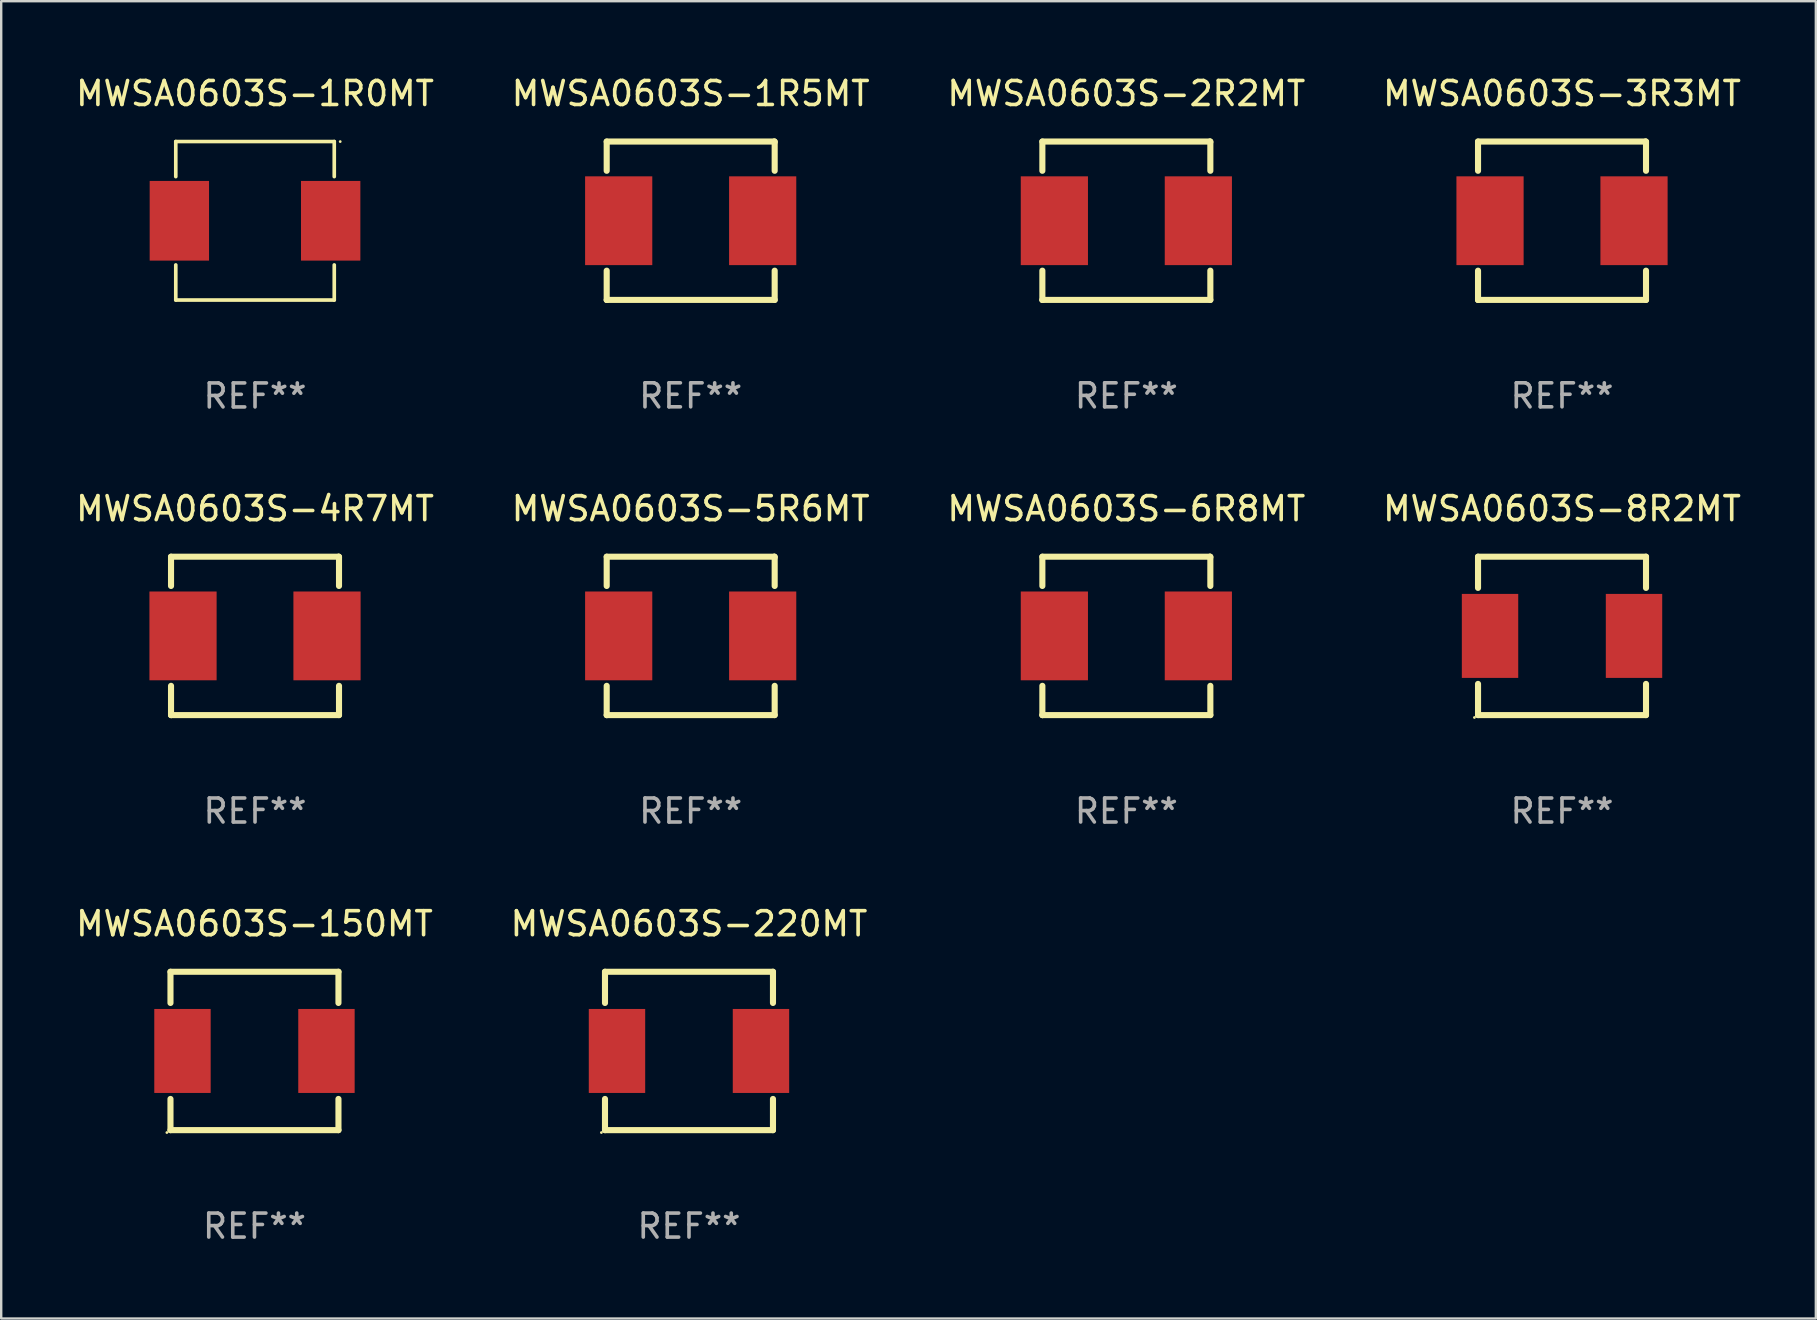
<source format=kicad_pcb>
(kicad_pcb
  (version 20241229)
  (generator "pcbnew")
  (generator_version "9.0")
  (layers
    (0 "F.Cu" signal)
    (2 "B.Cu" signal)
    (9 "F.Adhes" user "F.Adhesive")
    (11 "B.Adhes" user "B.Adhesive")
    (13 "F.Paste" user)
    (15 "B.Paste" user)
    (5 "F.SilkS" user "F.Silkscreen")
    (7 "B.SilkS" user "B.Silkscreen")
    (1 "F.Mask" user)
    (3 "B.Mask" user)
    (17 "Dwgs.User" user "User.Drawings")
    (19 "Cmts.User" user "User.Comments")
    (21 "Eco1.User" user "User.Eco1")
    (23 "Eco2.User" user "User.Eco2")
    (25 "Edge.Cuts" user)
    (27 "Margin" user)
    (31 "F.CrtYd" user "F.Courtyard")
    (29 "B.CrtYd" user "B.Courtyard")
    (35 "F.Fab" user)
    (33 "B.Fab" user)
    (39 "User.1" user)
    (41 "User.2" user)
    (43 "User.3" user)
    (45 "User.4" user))
  (footprint "MWSA0603S-1R0MT"
    (layer "F.Cu")
    (at 7.577 6.15)
    (property "Reference" "MWSA0603S-1R0MT" (at 0 -5.302 0) (layer "F.SilkS") (effects (font (size 1 1) (thickness 0.15))))
    (attr through_hole)
    (fp_line (start -3.302 -3.302) (end -3.302 -1.84) (stroke (width 0.152) (type solid)) (layer "F.SilkS"))
    (fp_line (start -3.302 1.84) (end -3.302 3.302) (stroke (width 0.152) (type solid)) (layer "F.SilkS"))
    (fp_line (start -3.302 3.302) (end 3.302 3.302) (stroke (width 0.152) (type solid)) (layer "F.SilkS"))
    (fp_line (start 3.302 -3.302) (end -3.302 -3.302) (stroke (width 0.152) (type solid)) (layer "F.SilkS"))
    (fp_line (start 3.302 -1.84) (end 3.302 -3.302) (stroke (width 0.152) (type solid)) (layer "F.SilkS"))
    (fp_line (start 3.302 3.302) (end 3.302 1.84) (stroke (width 0.152) (type solid)) (layer "F.SilkS"))
    (fp_circle (center 3.55 -3.3) (end 3.58 -3.3) (stroke (width 0.06) (type solid)) (fill no) (layer "F.SilkS"))
    (fp_text user "REF**" (at 0 7.302 0) (layer "F.Fab") (effects (font (size 1 1) (thickness 0.15))))
    (pad "1" smd rect (at 3.153 0) (size 2.474 3.32) (layers "F.Cu" "F.Mask" "F.Paste"))
    (pad "2" smd rect (at -3.153 0) (size 2.474 3.32) (layers "F.Cu" "F.Mask" "F.Paste")))
  (footprint "MWSA0603S-4R7MT"
    (layer "F.Cu")
    (at 7.577 23.449)
    (property "Reference" "MWSA0603S-4R7MT" (at 0 -5.3 0) (layer "F.SilkS") (effects (font (size 1 1) (thickness 0.15))))
    (attr through_hole)
    (fp_line (start -3.5 -3.3) (end 3.48 -3.3) (stroke (width 0.254) (type solid)) (layer "F.SilkS"))
    (fp_line (start -3.5 -2.081) (end -3.5 -3.3) (stroke (width 0.254) (type solid)) (layer "F.SilkS"))
    (fp_line (start -3.5 3.3) (end -3.5 2.081) (stroke (width 0.254) (type solid)) (layer "F.SilkS"))
    (fp_line (start -3.49 3.3) (end -3.5 3.3) (stroke (width 0.254) (type solid)) (layer "F.SilkS"))
    (fp_line (start 3.48 -3.3) (end 3.5 -3.28) (stroke (width 0.254) (type solid)) (layer "F.SilkS"))
    (fp_line (start 3.5 -3.3) (end 3.5 -2.081) (stroke (width 0.254) (type solid)) (layer "F.SilkS"))
    (fp_line (start 3.5 2.081) (end 3.5 3.3) (stroke (width 0.254) (type solid)) (layer "F.SilkS"))
    (fp_line (start 3.5 3.3) (end -3.49 3.3) (stroke (width 0.254) (type solid)) (layer "F.SilkS"))
    (fp_circle (center -3.5 3.3) (end -3.47 3.3) (stroke (width 0.06) (type solid)) (fill no) (layer "F.SilkS"))
    (fp_text user "REF**" (at 0 7.3 0) (layer "F.Fab") (effects (font (size 1 1) (thickness 0.15))))
    (pad "1" smd rect (at -3 0) (size 2.8 3.7) (layers "F.Cu" "F.Mask" "F.Paste"))
    (pad "2" smd rect (at 3 0) (size 2.8 3.7) (layers "F.Cu" "F.Mask" "F.Paste")))
  (footprint "MWSA0603S-150MT"
    (layer "F.Cu")
    (at 7.554 40.745)
    (property "Reference" "MWSA0603S-150MT" (at 0 -5.3 0) (layer "F.SilkS") (effects (font (size 1 1) (thickness 0.15))))
    (attr through_hole)
    (fp_line (start -3.5 3.3) (end 3.5 3.3) (stroke (width 0.254) (type solid)) (layer "F.SilkS"))
    (fp_line (start -3.5 -3.3) (end -3.5 -2) (stroke (width 0.254) (type solid)) (layer "F.SilkS"))
    (fp_line (start -3.5 -3.3) (end 3.5 -3.3) (stroke (width 0.254) (type solid)) (layer "F.SilkS"))
    (fp_line (start -3.5 2) (end -3.5 3.3) (stroke (width 0.254) (type solid)) (layer "F.SilkS"))
    (fp_line (start 3.5 -3.3) (end 3.5 -2) (stroke (width 0.254) (type solid)) (layer "F.SilkS"))
    (fp_line (start 3.5 2) (end 3.5 3.3) (stroke (width 0.254) (type solid)) (layer "F.SilkS"))
    (fp_circle (center -3.65 3.4) (end -3.62 3.4) (stroke (width 0.06) (type solid)) (fill no) (layer "F.SilkS"))
    (fp_text user "REF**" (at 0 7.3 0) (layer "F.Fab") (effects (font (size 1 1) (thickness 0.15))))
    (pad "1" smd rect (at -3 0) (size 2.35 3.5) (layers "F.Cu" "F.Mask" "F.Paste"))
    (pad "2" smd rect (at 3 0) (size 2.35 3.5) (layers "F.Cu" "F.Mask" "F.Paste")))
  (footprint "MWSA0603S-2R2MT"
    (layer "F.Cu")
    (at 43.887 6.148)
    (property "Reference" "MWSA0603S-2R2MT" (at 0 -5.3 0) (layer "F.SilkS") (effects (font (size 1 1) (thickness 0.15))))
    (attr through_hole)
    (fp_line (start -3.5 -3.3) (end 3.48 -3.3) (stroke (width 0.254) (type solid)) (layer "F.SilkS"))
    (fp_line (start -3.5 -2.081) (end -3.5 -3.3) (stroke (width 0.254) (type solid)) (layer "F.SilkS"))
    (fp_line (start -3.5 3.3) (end -3.5 2.081) (stroke (width 0.254) (type solid)) (layer "F.SilkS"))
    (fp_line (start -3.49 3.3) (end -3.5 3.3) (stroke (width 0.254) (type solid)) (layer "F.SilkS"))
    (fp_line (start 3.48 -3.3) (end 3.5 -3.28) (stroke (width 0.254) (type solid)) (layer "F.SilkS"))
    (fp_line (start 3.5 -3.3) (end 3.5 -2.081) (stroke (width 0.254) (type solid)) (layer "F.SilkS"))
    (fp_line (start 3.5 2.081) (end 3.5 3.3) (stroke (width 0.254) (type solid)) (layer "F.SilkS"))
    (fp_line (start 3.5 3.3) (end -3.49 3.3) (stroke (width 0.254) (type solid)) (layer "F.SilkS"))
    (fp_circle (center -3.5 3.3) (end -3.47 3.3) (stroke (width 0.06) (type solid)) (fill no) (layer "F.SilkS"))
    (fp_text user "REF**" (at 0 7.3 0) (layer "F.Fab") (effects (font (size 1 1) (thickness 0.15))))
    (pad "1" smd rect (at -3 0) (size 2.8 3.7) (layers "F.Cu" "F.Mask" "F.Paste"))
    (pad "2" smd rect (at 3 0) (size 2.8 3.7) (layers "F.Cu" "F.Mask" "F.Paste")))
  (footprint "MWSA0603S-5R6MT"
    (layer "F.Cu")
    (at 25.732 23.449)
    (property "Reference" "MWSA0603S-5R6MT" (at 0 -5.3 0) (layer "F.SilkS") (effects (font (size 1 1) (thickness 0.15))))
    (attr through_hole)
    (fp_line (start -3.5 -3.3) (end 3.48 -3.3) (stroke (width 0.254) (type solid)) (layer "F.SilkS"))
    (fp_line (start -3.5 -2.081) (end -3.5 -3.3) (stroke (width 0.254) (type solid)) (layer "F.SilkS"))
    (fp_line (start -3.5 3.3) (end -3.5 2.081) (stroke (width 0.254) (type solid)) (layer "F.SilkS"))
    (fp_line (start -3.49 3.3) (end -3.5 3.3) (stroke (width 0.254) (type solid)) (layer "F.SilkS"))
    (fp_line (start 3.48 -3.3) (end 3.5 -3.28) (stroke (width 0.254) (type solid)) (layer "F.SilkS"))
    (fp_line (start 3.5 -3.3) (end 3.5 -2.081) (stroke (width 0.254) (type solid)) (layer "F.SilkS"))
    (fp_line (start 3.5 2.081) (end 3.5 3.3) (stroke (width 0.254) (type solid)) (layer "F.SilkS"))
    (fp_line (start 3.5 3.3) (end -3.49 3.3) (stroke (width 0.254) (type solid)) (layer "F.SilkS"))
    (fp_circle (center -3.5 3.3) (end -3.47 3.3) (stroke (width 0.06) (type solid)) (fill no) (layer "F.SilkS"))
    (fp_text user "REF**" (at 0 7.3 0) (layer "F.Fab") (effects (font (size 1 1) (thickness 0.15))))
    (pad "1" smd rect (at -3 0) (size 2.8 3.7) (layers "F.Cu" "F.Mask" "F.Paste"))
    (pad "2" smd rect (at 3 0) (size 2.8 3.7) (layers "F.Cu" "F.Mask" "F.Paste")))
  (footprint "MWSA0603S-220MT"
    (layer "F.Cu")
    (at 25.661 40.745)
    (property "Reference" "MWSA0603S-220MT" (at 0 -5.3 0) (layer "F.SilkS") (effects (font (size 1 1) (thickness 0.15))))
    (attr through_hole)
    (fp_line (start -3.5 3.3) (end 3.5 3.3) (stroke (width 0.254) (type solid)) (layer "F.SilkS"))
    (fp_line (start -3.5 -3.3) (end -3.5 -2) (stroke (width 0.254) (type solid)) (layer "F.SilkS"))
    (fp_line (start -3.5 -3.3) (end 3.5 -3.3) (stroke (width 0.254) (type solid)) (layer "F.SilkS"))
    (fp_line (start -3.5 2) (end -3.5 3.3) (stroke (width 0.254) (type solid)) (layer "F.SilkS"))
    (fp_line (start 3.5 -3.3) (end 3.5 -2) (stroke (width 0.254) (type solid)) (layer "F.SilkS"))
    (fp_line (start 3.5 2) (end 3.5 3.3) (stroke (width 0.254) (type solid)) (layer "F.SilkS"))
    (fp_circle (center -3.65 3.4) (end -3.62 3.4) (stroke (width 0.06) (type solid)) (fill no) (layer "F.SilkS"))
    (fp_text user "REF**" (at 0 7.3 0) (layer "F.Fab") (effects (font (size 1 1) (thickness 0.15))))
    (pad "1" smd rect (at -3 0) (size 2.35 3.5) (layers "F.Cu" "F.Mask" "F.Paste"))
    (pad "2" smd rect (at 3 0) (size 2.35 3.5) (layers "F.Cu" "F.Mask" "F.Paste")))
  (footprint "MWSA0603S-6R8MT"
    (layer "F.Cu")
    (at 43.887 23.449)
    (property "Reference" "MWSA0603S-6R8MT" (at 0 -5.3 0) (layer "F.SilkS") (effects (font (size 1 1) (thickness 0.15))))
    (attr through_hole)
    (fp_line (start -3.5 -3.3) (end 3.48 -3.3) (stroke (width 0.254) (type solid)) (layer "F.SilkS"))
    (fp_line (start -3.5 -2.081) (end -3.5 -3.3) (stroke (width 0.254) (type solid)) (layer "F.SilkS"))
    (fp_line (start -3.5 3.3) (end -3.5 2.081) (stroke (width 0.254) (type solid)) (layer "F.SilkS"))
    (fp_line (start -3.49 3.3) (end -3.5 3.3) (stroke (width 0.254) (type solid)) (layer "F.SilkS"))
    (fp_line (start 3.48 -3.3) (end 3.5 -3.28) (stroke (width 0.254) (type solid)) (layer "F.SilkS"))
    (fp_line (start 3.5 -3.3) (end 3.5 -2.081) (stroke (width 0.254) (type solid)) (layer "F.SilkS"))
    (fp_line (start 3.5 2.081) (end 3.5 3.3) (stroke (width 0.254) (type solid)) (layer "F.SilkS"))
    (fp_line (start 3.5 3.3) (end -3.49 3.3) (stroke (width 0.254) (type solid)) (layer "F.SilkS"))
    (fp_circle (center -3.5 3.3) (end -3.47 3.3) (stroke (width 0.06) (type solid)) (fill no) (layer "F.SilkS"))
    (fp_text user "REF**" (at 0 7.3 0) (layer "F.Fab") (effects (font (size 1 1) (thickness 0.15))))
    (pad "1" smd rect (at -3 0) (size 2.8 3.7) (layers "F.Cu" "F.Mask" "F.Paste"))
    (pad "2" smd rect (at 3 0) (size 2.8 3.7) (layers "F.Cu" "F.Mask" "F.Paste")))
  (footprint "MWSA0603S-3R3MT"
    (layer "F.Cu")
    (at 62.042 6.148)
    (property "Reference" "MWSA0603S-3R3MT" (at 0 -5.3 0) (layer "F.SilkS") (effects (font (size 1 1) (thickness 0.15))))
    (attr through_hole)
    (fp_line (start -3.5 -3.3) (end 3.48 -3.3) (stroke (width 0.254) (type solid)) (layer "F.SilkS"))
    (fp_line (start -3.5 -2.081) (end -3.5 -3.3) (stroke (width 0.254) (type solid)) (layer "F.SilkS"))
    (fp_line (start -3.5 3.3) (end -3.5 2.081) (stroke (width 0.254) (type solid)) (layer "F.SilkS"))
    (fp_line (start -3.49 3.3) (end -3.5 3.3) (stroke (width 0.254) (type solid)) (layer "F.SilkS"))
    (fp_line (start 3.48 -3.3) (end 3.5 -3.28) (stroke (width 0.254) (type solid)) (layer "F.SilkS"))
    (fp_line (start 3.5 -3.3) (end 3.5 -2.081) (stroke (width 0.254) (type solid)) (layer "F.SilkS"))
    (fp_line (start 3.5 2.081) (end 3.5 3.3) (stroke (width 0.254) (type solid)) (layer "F.SilkS"))
    (fp_line (start 3.5 3.3) (end -3.49 3.3) (stroke (width 0.254) (type solid)) (layer "F.SilkS"))
    (fp_circle (center -3.5 3.3) (end -3.47 3.3) (stroke (width 0.06) (type solid)) (fill no) (layer "F.SilkS"))
    (fp_text user "REF**" (at 0 7.3 0) (layer "F.Fab") (effects (font (size 1 1) (thickness 0.15))))
    (pad "1" smd rect (at -3 0) (size 2.8 3.7) (layers "F.Cu" "F.Mask" "F.Paste"))
    (pad "2" smd rect (at 3 0) (size 2.8 3.7) (layers "F.Cu" "F.Mask" "F.Paste")))
  (footprint "MWSA0603S-8R2MT"
    (layer "F.Cu")
    (at 62.042 23.449)
    (property "Reference" "MWSA0603S-8R2MT" (at 0 -5.3 0) (layer "F.SilkS") (effects (font (size 1 1) (thickness 0.15))))
    (attr through_hole)
    (fp_line (start -3.5 3.3) (end 3.5 3.3) (stroke (width 0.254) (type solid)) (layer "F.SilkS"))
    (fp_line (start -3.5 -3.3) (end -3.5 -2) (stroke (width 0.254) (type solid)) (layer "F.SilkS"))
    (fp_line (start -3.5 -3.3) (end 3.5 -3.3) (stroke (width 0.254) (type solid)) (layer "F.SilkS"))
    (fp_line (start -3.5 2) (end -3.5 3.3) (stroke (width 0.254) (type solid)) (layer "F.SilkS"))
    (fp_line (start 3.5 -3.3) (end 3.5 -2) (stroke (width 0.254) (type solid)) (layer "F.SilkS"))
    (fp_line (start 3.5 2) (end 3.5 3.3) (stroke (width 0.254) (type solid)) (layer "F.SilkS"))
    (fp_circle (center -3.65 3.4) (end -3.62 3.4) (stroke (width 0.06) (type solid)) (fill no) (layer "F.SilkS"))
    (fp_text user "REF**" (at 0 7.3 0) (layer "F.Fab") (effects (font (size 1 1) (thickness 0.15))))
    (pad "1" smd rect (at -3 0) (size 2.35 3.5) (layers "F.Cu" "F.Mask" "F.Paste"))
    (pad "2" smd rect (at 3 0) (size 2.35 3.5) (layers "F.Cu" "F.Mask" "F.Paste")))
  (footprint "MWSA0603S-1R5MT"
    (layer "F.Cu")
    (at 25.732 6.148)
    (property "Reference" "MWSA0603S-1R5MT" (at 0 -5.3 0) (layer "F.SilkS") (effects (font (size 1 1) (thickness 0.15))))
    (attr through_hole)
    (fp_line (start -3.5 -3.3) (end 3.48 -3.3) (stroke (width 0.254) (type solid)) (layer "F.SilkS"))
    (fp_line (start -3.5 -2.081) (end -3.5 -3.3) (stroke (width 0.254) (type solid)) (layer "F.SilkS"))
    (fp_line (start -3.5 3.3) (end -3.5 2.081) (stroke (width 0.254) (type solid)) (layer "F.SilkS"))
    (fp_line (start -3.49 3.3) (end -3.5 3.3) (stroke (width 0.254) (type solid)) (layer "F.SilkS"))
    (fp_line (start 3.48 -3.3) (end 3.5 -3.28) (stroke (width 0.254) (type solid)) (layer "F.SilkS"))
    (fp_line (start 3.5 -3.3) (end 3.5 -2.081) (stroke (width 0.254) (type solid)) (layer "F.SilkS"))
    (fp_line (start 3.5 2.081) (end 3.5 3.3) (stroke (width 0.254) (type solid)) (layer "F.SilkS"))
    (fp_line (start 3.5 3.3) (end -3.49 3.3) (stroke (width 0.254) (type solid)) (layer "F.SilkS"))
    (fp_circle (center -3.5 3.3) (end -3.47 3.3) (stroke (width 0.06) (type solid)) (fill no) (layer "F.SilkS"))
    (fp_text user "REF**" (at 0 7.3 0) (layer "F.Fab") (effects (font (size 1 1) (thickness 0.15))))
    (pad "1" smd rect (at -3 0) (size 2.8 3.7) (layers "F.Cu" "F.Mask" "F.Paste"))
    (pad "2" smd rect (at 3 0) (size 2.8 3.7) (layers "F.Cu" "F.Mask" "F.Paste")))
  (gr_rect
    (start -3 -3)
    (end 72.619 51.894)
    (stroke (width 0.1) (type default))
    (fill no)
    (layer "Edge.Cuts")))
</source>
